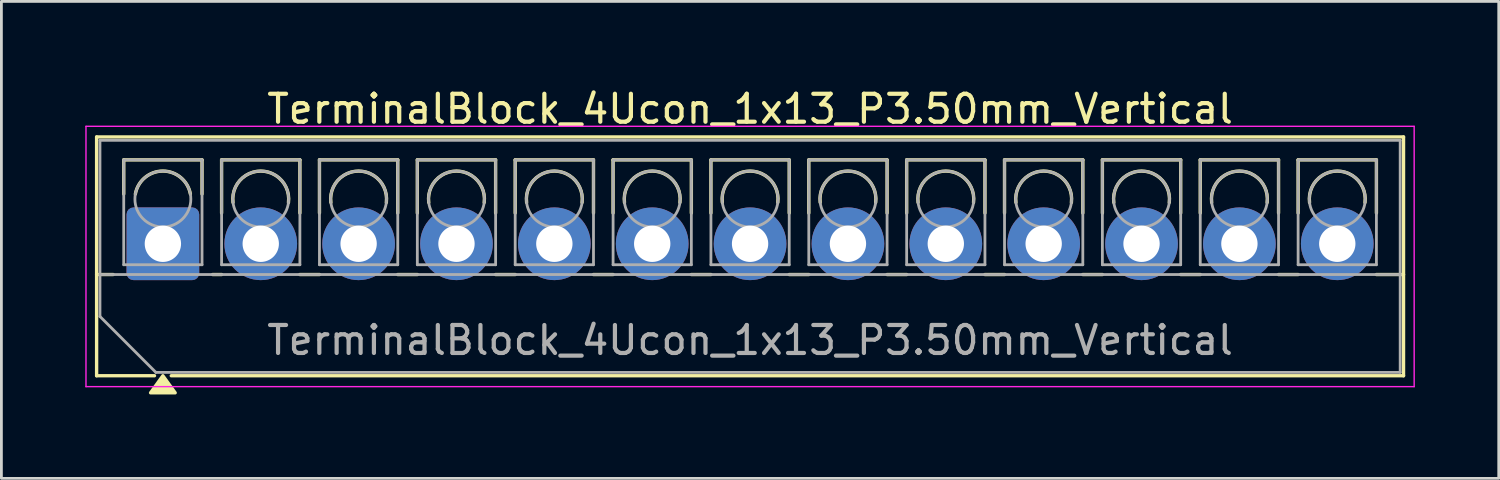
<source format=kicad_pcb>
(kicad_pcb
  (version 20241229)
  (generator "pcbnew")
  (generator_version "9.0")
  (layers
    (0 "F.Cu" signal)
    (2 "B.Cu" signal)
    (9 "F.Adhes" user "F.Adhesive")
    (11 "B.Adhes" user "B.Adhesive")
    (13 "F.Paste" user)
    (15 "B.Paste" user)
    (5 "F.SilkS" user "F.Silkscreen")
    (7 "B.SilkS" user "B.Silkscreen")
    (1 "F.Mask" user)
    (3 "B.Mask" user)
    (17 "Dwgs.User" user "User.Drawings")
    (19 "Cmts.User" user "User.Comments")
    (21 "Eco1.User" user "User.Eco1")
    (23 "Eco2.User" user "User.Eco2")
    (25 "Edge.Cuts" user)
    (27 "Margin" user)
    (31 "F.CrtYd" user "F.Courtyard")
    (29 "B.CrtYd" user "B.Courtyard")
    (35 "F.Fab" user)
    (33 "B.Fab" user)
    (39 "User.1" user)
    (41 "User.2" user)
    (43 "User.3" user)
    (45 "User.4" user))
  (footprint "TerminalBlock_4Ucon_1x13_P3.50mm_Vertical"
    (layer "F.Cu")
    (at 2.775 5.668)
    (property "Reference" "TerminalBlock_4Ucon_1x13_P3.50mm_Vertical" (at 21 -4.82 0) (layer "F.SilkS") (effects (font (size 1 1) (thickness 0.15))))
    (attr through_hole)
    (fp_line (start -2.37 -3.82) (end -2.37 4.72) (stroke (width 0.12) (type solid)) (layer "F.SilkS"))
    (fp_line (start -2.37 -3.82) (end 44.37 -3.82) (stroke (width 0.12) (type solid)) (layer "F.SilkS"))
    (fp_line (start -2.37 1.1) (end -1.78 1.1) (stroke (width 0.12) (type solid)) (layer "F.SilkS"))
    (fp_line (start -2.37 4.72) (end -0.3 4.72) (stroke (width 0.12) (type solid)) (layer "F.SilkS"))
    (fp_line (start -1.4 -3) (end -1.4 -1.78) (stroke (width 0.12) (type solid)) (layer "F.SilkS"))
    (fp_line (start -1.4 -3) (end 1.4 -3) (stroke (width 0.12) (type solid)) (layer "F.SilkS"))
    (fp_line (start 0.3 4.72) (end 44.37 4.72) (stroke (width 0.12) (type solid)) (layer "F.SilkS"))
    (fp_line (start 1.4 -3) (end 1.4 -1.78) (stroke (width 0.12) (type solid)) (layer "F.SilkS"))
    (fp_line (start 1.78 1.1) (end 2.101 1.1) (stroke (width 0.12) (type solid)) (layer "F.SilkS"))
    (fp_line (start 2.1 -3) (end 2.1 -1.099) (stroke (width 0.12) (type solid)) (layer "F.SilkS"))
    (fp_line (start 2.1 -3) (end 4.9 -3) (stroke (width 0.12) (type solid)) (layer "F.SilkS"))
    (fp_line (start 4.899 1.1) (end 5.601 1.1) (stroke (width 0.12) (type solid)) (layer "F.SilkS"))
    (fp_line (start 4.9 -3) (end 4.9 -1.099) (stroke (width 0.12) (type solid)) (layer "F.SilkS"))
    (fp_line (start 5.6 -3) (end 5.6 -1.099) (stroke (width 0.12) (type solid)) (layer "F.SilkS"))
    (fp_line (start 5.6 -3) (end 8.4 -3) (stroke (width 0.12) (type solid)) (layer "F.SilkS"))
    (fp_line (start 8.399 1.1) (end 9.101 1.1) (stroke (width 0.12) (type solid)) (layer "F.SilkS"))
    (fp_line (start 8.4 -3) (end 8.4 -1.099) (stroke (width 0.12) (type solid)) (layer "F.SilkS"))
    (fp_line (start 9.1 -3) (end 9.1 -1.099) (stroke (width 0.12) (type solid)) (layer "F.SilkS"))
    (fp_line (start 9.1 -3) (end 11.9 -3) (stroke (width 0.12) (type solid)) (layer "F.SilkS"))
    (fp_line (start 11.899 1.1) (end 12.601 1.1) (stroke (width 0.12) (type solid)) (layer "F.SilkS"))
    (fp_line (start 11.9 -3) (end 11.9 -1.099) (stroke (width 0.12) (type solid)) (layer "F.SilkS"))
    (fp_line (start 12.6 -3) (end 12.6 -1.099) (stroke (width 0.12) (type solid)) (layer "F.SilkS"))
    (fp_line (start 12.6 -3) (end 15.4 -3) (stroke (width 0.12) (type solid)) (layer "F.SilkS"))
    (fp_line (start 15.399 1.1) (end 16.101 1.1) (stroke (width 0.12) (type solid)) (layer "F.SilkS"))
    (fp_line (start 15.4 -3) (end 15.4 -1.099) (stroke (width 0.12) (type solid)) (layer "F.SilkS"))
    (fp_line (start 16.1 -3) (end 16.1 -1.099) (stroke (width 0.12) (type solid)) (layer "F.SilkS"))
    (fp_line (start 16.1 -3) (end 18.9 -3) (stroke (width 0.12) (type solid)) (layer "F.SilkS"))
    (fp_line (start 18.899 1.1) (end 19.601 1.1) (stroke (width 0.12) (type solid)) (layer "F.SilkS"))
    (fp_line (start 18.9 -3) (end 18.9 -1.099) (stroke (width 0.12) (type solid)) (layer "F.SilkS"))
    (fp_line (start 19.6 -3) (end 19.6 -1.099) (stroke (width 0.12) (type solid)) (layer "F.SilkS"))
    (fp_line (start 19.6 -3) (end 22.4 -3) (stroke (width 0.12) (type solid)) (layer "F.SilkS"))
    (fp_line (start 22.399 1.1) (end 23.101 1.1) (stroke (width 0.12) (type solid)) (layer "F.SilkS"))
    (fp_line (start 22.4 -3) (end 22.4 -1.099) (stroke (width 0.12) (type solid)) (layer "F.SilkS"))
    (fp_line (start 23.1 -3) (end 23.1 -1.099) (stroke (width 0.12) (type solid)) (layer "F.SilkS"))
    (fp_line (start 23.1 -3) (end 25.9 -3) (stroke (width 0.12) (type solid)) (layer "F.SilkS"))
    (fp_line (start 25.899 1.1) (end 26.601 1.1) (stroke (width 0.12) (type solid)) (layer "F.SilkS"))
    (fp_line (start 25.9 -3) (end 25.9 -1.099) (stroke (width 0.12) (type solid)) (layer "F.SilkS"))
    (fp_line (start 26.6 -3) (end 26.6 -1.099) (stroke (width 0.12) (type solid)) (layer "F.SilkS"))
    (fp_line (start 26.6 -3) (end 29.4 -3) (stroke (width 0.12) (type solid)) (layer "F.SilkS"))
    (fp_line (start 29.399 1.1) (end 30.101 1.1) (stroke (width 0.12) (type solid)) (layer "F.SilkS"))
    (fp_line (start 29.4 -3) (end 29.4 -1.099) (stroke (width 0.12) (type solid)) (layer "F.SilkS"))
    (fp_line (start 30.1 -3) (end 30.1 -1.099) (stroke (width 0.12) (type solid)) (layer "F.SilkS"))
    (fp_line (start 30.1 -3) (end 32.9 -3) (stroke (width 0.12) (type solid)) (layer "F.SilkS"))
    (fp_line (start 32.899 1.1) (end 33.601 1.1) (stroke (width 0.12) (type solid)) (layer "F.SilkS"))
    (fp_line (start 32.9 -3) (end 32.9 -1.099) (stroke (width 0.12) (type solid)) (layer "F.SilkS"))
    (fp_line (start 33.6 -3) (end 33.6 -1.099) (stroke (width 0.12) (type solid)) (layer "F.SilkS"))
    (fp_line (start 33.6 -3) (end 36.4 -3) (stroke (width 0.12) (type solid)) (layer "F.SilkS"))
    (fp_line (start 36.399 1.1) (end 37.101 1.1) (stroke (width 0.12) (type solid)) (layer "F.SilkS"))
    (fp_line (start 36.4 -3) (end 36.4 -1.099) (stroke (width 0.12) (type solid)) (layer "F.SilkS"))
    (fp_line (start 37.1 -3) (end 37.1 -1.099) (stroke (width 0.12) (type solid)) (layer "F.SilkS"))
    (fp_line (start 37.1 -3) (end 39.9 -3) (stroke (width 0.12) (type solid)) (layer "F.SilkS"))
    (fp_line (start 39.899 1.1) (end 40.601 1.1) (stroke (width 0.12) (type solid)) (layer "F.SilkS"))
    (fp_line (start 39.9 -3) (end 39.9 -1.099) (stroke (width 0.12) (type solid)) (layer "F.SilkS"))
    (fp_line (start 40.6 -3) (end 40.6 -1.099) (stroke (width 0.12) (type solid)) (layer "F.SilkS"))
    (fp_line (start 40.6 -3) (end 43.4 -3) (stroke (width 0.12) (type solid)) (layer "F.SilkS"))
    (fp_line (start 43.399 1.1) (end 44.37 1.1) (stroke (width 0.12) (type solid)) (layer "F.SilkS"))
    (fp_line (start 43.4 -3) (end 43.4 -1.099) (stroke (width 0.12) (type solid)) (layer "F.SilkS"))
    (fp_line (start 44.37 -3.82) (end 44.37 4.72) (stroke (width 0.12) (type solid)) (layer "F.SilkS"))
    (fp_arc (start -0.984 -1.78) (mid -0.00006 -2.600328) (end 0.983978 -1.780118) (stroke (width 0.12) (type solid)) (layer "F.SilkS"))
    (fp_arc (start 2.508 -1.478) (mid 3.500313 -2.599474) (end 4.491923 -1.477379) (stroke (width 0.12) (type solid)) (layer "F.SilkS"))
    (fp_arc (start 6.008 -1.478) (mid 7.000313 -2.599474) (end 7.991923 -1.477379) (stroke (width 0.12) (type solid)) (layer "F.SilkS"))
    (fp_arc (start 9.508 -1.478) (mid 10.500313 -2.599474) (end 11.491923 -1.477379) (stroke (width 0.12) (type solid)) (layer "F.SilkS"))
    (fp_arc (start 13.008 -1.478) (mid 14.000313 -2.599474) (end 14.991923 -1.477379) (stroke (width 0.12) (type solid)) (layer "F.SilkS"))
    (fp_arc (start 16.508 -1.478) (mid 17.500313 -2.599474) (end 18.491923 -1.477379) (stroke (width 0.12) (type solid)) (layer "F.SilkS"))
    (fp_arc (start 20.008 -1.478) (mid 21.000313 -2.599474) (end 21.991923 -1.477379) (stroke (width 0.12) (type solid)) (layer "F.SilkS"))
    (fp_arc (start 23.508 -1.478) (mid 24.500313 -2.599474) (end 25.491923 -1.477379) (stroke (width 0.12) (type solid)) (layer "F.SilkS"))
    (fp_arc (start 27.008 -1.478) (mid 28.000313 -2.599474) (end 28.991923 -1.477379) (stroke (width 0.12) (type solid)) (layer "F.SilkS"))
    (fp_arc (start 30.508 -1.478) (mid 31.500313 -2.599474) (end 32.491923 -1.477379) (stroke (width 0.12) (type solid)) (layer "F.SilkS"))
    (fp_arc (start 34.008 -1.478) (mid 35.000313 -2.599474) (end 35.991923 -1.477379) (stroke (width 0.12) (type solid)) (layer "F.SilkS"))
    (fp_arc (start 37.508 -1.478) (mid 38.500313 -2.599474) (end 39.491923 -1.477379) (stroke (width 0.12) (type solid)) (layer "F.SilkS"))
    (fp_arc (start 41.008 -1.478) (mid 42.000313 -2.599474) (end 42.991923 -1.477379) (stroke (width 0.12) (type solid)) (layer "F.SilkS"))
    (fp_poly (pts (xy 0 4.72) (xy 0.44 5.33) (xy -0.44 5.33)) (stroke (width 0.12) (type solid)) (fill yes) (layer "F.SilkS"))
    (fp_line (start -2.75 -4.2) (end -2.75 5.11) (stroke (width 0.05) (type solid)) (layer "F.CrtYd"))
    (fp_line (start -2.75 5.11) (end 44.75 5.11) (stroke (width 0.05) (type solid)) (layer "F.CrtYd"))
    (fp_line (start 44.75 -4.2) (end -2.75 -4.2) (stroke (width 0.05) (type solid)) (layer "F.CrtYd"))
    (fp_line (start 44.75 5.11) (end 44.75 -4.2) (stroke (width 0.05) (type solid)) (layer "F.CrtYd"))
    (fp_line (start -2.25 -3.7) (end 44.25 -3.7) (stroke (width 0.1) (type solid)) (layer "F.Fab"))
    (fp_line (start -2.25 1.1) (end 44.25 1.1) (stroke (width 0.1) (type solid)) (layer "F.Fab"))
    (fp_line (start -2.25 2.6) (end -2.25 -3.7) (stroke (width 0.1) (type solid)) (layer "F.Fab"))
    (fp_line (start -1.4 -3) (end -1.4 0.75) (stroke (width 0.1) (type solid)) (layer "F.Fab"))
    (fp_line (start -1.4 0.75) (end 1.4 0.75) (stroke (width 0.1) (type solid)) (layer "F.Fab"))
    (fp_line (start -0.25 4.6) (end -2.25 2.6) (stroke (width 0.1) (type solid)) (layer "F.Fab"))
    (fp_line (start 1.4 -3) (end -1.4 -3) (stroke (width 0.1) (type solid)) (layer "F.Fab"))
    (fp_line (start 1.4 0.75) (end 1.4 -3) (stroke (width 0.1) (type solid)) (layer "F.Fab"))
    (fp_line (start 2.1 -3) (end 2.1 0.75) (stroke (width 0.1) (type solid)) (layer "F.Fab"))
    (fp_line (start 2.1 0.75) (end 4.9 0.75) (stroke (width 0.1) (type solid)) (layer "F.Fab"))
    (fp_line (start 4.9 -3) (end 2.1 -3) (stroke (width 0.1) (type solid)) (layer "F.Fab"))
    (fp_line (start 4.9 0.75) (end 4.9 -3) (stroke (width 0.1) (type solid)) (layer "F.Fab"))
    (fp_line (start 5.6 -3) (end 5.6 0.75) (stroke (width 0.1) (type solid)) (layer "F.Fab"))
    (fp_line (start 5.6 0.75) (end 8.4 0.75) (stroke (width 0.1) (type solid)) (layer "F.Fab"))
    (fp_line (start 8.4 -3) (end 5.6 -3) (stroke (width 0.1) (type solid)) (layer "F.Fab"))
    (fp_line (start 8.4 0.75) (end 8.4 -3) (stroke (width 0.1) (type solid)) (layer "F.Fab"))
    (fp_line (start 9.1 -3) (end 9.1 0.75) (stroke (width 0.1) (type solid)) (layer "F.Fab"))
    (fp_line (start 9.1 0.75) (end 11.9 0.75) (stroke (width 0.1) (type solid)) (layer "F.Fab"))
    (fp_line (start 11.9 -3) (end 9.1 -3) (stroke (width 0.1) (type solid)) (layer "F.Fab"))
    (fp_line (start 11.9 0.75) (end 11.9 -3) (stroke (width 0.1) (type solid)) (layer "F.Fab"))
    (fp_line (start 12.6 -3) (end 12.6 0.75) (stroke (width 0.1) (type solid)) (layer "F.Fab"))
    (fp_line (start 12.6 0.75) (end 15.4 0.75) (stroke (width 0.1) (type solid)) (layer "F.Fab"))
    (fp_line (start 15.4 -3) (end 12.6 -3) (stroke (width 0.1) (type solid)) (layer "F.Fab"))
    (fp_line (start 15.4 0.75) (end 15.4 -3) (stroke (width 0.1) (type solid)) (layer "F.Fab"))
    (fp_line (start 16.101 -3) (end 16.101 0.75) (stroke (width 0.1) (type solid)) (layer "F.Fab"))
    (fp_line (start 16.101 0.75) (end 18.9 0.75) (stroke (width 0.1) (type solid)) (layer "F.Fab"))
    (fp_line (start 18.9 -3) (end 16.101 -3) (stroke (width 0.1) (type solid)) (layer "F.Fab"))
    (fp_line (start 18.9 0.75) (end 18.9 -3) (stroke (width 0.1) (type solid)) (layer "F.Fab"))
    (fp_line (start 19.6 -3) (end 19.6 0.75) (stroke (width 0.1) (type solid)) (layer "F.Fab"))
    (fp_line (start 19.6 0.75) (end 22.4 0.75) (stroke (width 0.1) (type solid)) (layer "F.Fab"))
    (fp_line (start 22.4 -3) (end 19.6 -3) (stroke (width 0.1) (type solid)) (layer "F.Fab"))
    (fp_line (start 22.4 0.75) (end 22.4 -3) (stroke (width 0.1) (type solid)) (layer "F.Fab"))
    (fp_line (start 23.1 -3) (end 23.1 0.75) (stroke (width 0.1) (type solid)) (layer "F.Fab"))
    (fp_line (start 23.1 0.75) (end 25.9 0.75) (stroke (width 0.1) (type solid)) (layer "F.Fab"))
    (fp_line (start 25.9 -3) (end 23.1 -3) (stroke (width 0.1) (type solid)) (layer "F.Fab"))
    (fp_line (start 25.9 0.75) (end 25.9 -3) (stroke (width 0.1) (type solid)) (layer "F.Fab"))
    (fp_line (start 26.6 -3) (end 26.6 0.75) (stroke (width 0.1) (type solid)) (layer "F.Fab"))
    (fp_line (start 26.6 0.75) (end 29.4 0.75) (stroke (width 0.1) (type solid)) (layer "F.Fab"))
    (fp_line (start 29.4 -3) (end 26.6 -3) (stroke (width 0.1) (type solid)) (layer "F.Fab"))
    (fp_line (start 29.4 0.75) (end 29.4 -3) (stroke (width 0.1) (type solid)) (layer "F.Fab"))
    (fp_line (start 30.1 -3) (end 30.1 0.75) (stroke (width 0.1) (type solid)) (layer "F.Fab"))
    (fp_line (start 30.1 0.75) (end 32.9 0.75) (stroke (width 0.1) (type solid)) (layer "F.Fab"))
    (fp_line (start 32.9 -3) (end 30.1 -3) (stroke (width 0.1) (type solid)) (layer "F.Fab"))
    (fp_line (start 32.9 0.75) (end 32.9 -3) (stroke (width 0.1) (type solid)) (layer "F.Fab"))
    (fp_line (start 33.6 -3) (end 33.6 0.75) (stroke (width 0.1) (type solid)) (layer "F.Fab"))
    (fp_line (start 33.6 0.75) (end 36.4 0.75) (stroke (width 0.1) (type solid)) (layer "F.Fab"))
    (fp_line (start 36.4 -3) (end 33.6 -3) (stroke (width 0.1) (type solid)) (layer "F.Fab"))
    (fp_line (start 36.4 0.75) (end 36.4 -3) (stroke (width 0.1) (type solid)) (layer "F.Fab"))
    (fp_line (start 37.1 -3) (end 37.1 0.75) (stroke (width 0.1) (type solid)) (layer "F.Fab"))
    (fp_line (start 37.1 0.75) (end 39.9 0.75) (stroke (width 0.1) (type solid)) (layer "F.Fab"))
    (fp_line (start 39.9 -3) (end 37.1 -3) (stroke (width 0.1) (type solid)) (layer "F.Fab"))
    (fp_line (start 39.9 0.75) (end 39.9 -3) (stroke (width 0.1) (type solid)) (layer "F.Fab"))
    (fp_line (start 40.6 -3) (end 40.6 0.75) (stroke (width 0.1) (type solid)) (layer "F.Fab"))
    (fp_line (start 40.6 0.75) (end 43.4 0.75) (stroke (width 0.1) (type solid)) (layer "F.Fab"))
    (fp_line (start 43.4 -3) (end 40.6 -3) (stroke (width 0.1) (type solid)) (layer "F.Fab"))
    (fp_line (start 43.4 0.75) (end 43.4 -3) (stroke (width 0.1) (type solid)) (layer "F.Fab"))
    (fp_line (start 44.25 -3.7) (end 44.25 4.6) (stroke (width 0.1) (type solid)) (layer "F.Fab"))
    (fp_line (start 44.25 4.6) (end -0.25 4.6) (stroke (width 0.1) (type solid)) (layer "F.Fab"))
    (fp_circle (center 0 -1.6) (end 1 -1.6) (stroke (width 0.1) (type solid)) (fill no) (layer "F.Fab"))
    (fp_circle (center 3.5 -1.6) (end 4.5 -1.6) (stroke (width 0.1) (type solid)) (fill no) (layer "F.Fab"))
    (fp_circle (center 7 -1.6) (end 8 -1.6) (stroke (width 0.1) (type solid)) (fill no) (layer "F.Fab"))
    (fp_circle (center 10.5 -1.6) (end 11.5 -1.6) (stroke (width 0.1) (type solid)) (fill no) (layer "F.Fab"))
    (fp_circle (center 14 -1.6) (end 15 -1.6) (stroke (width 0.1) (type solid)) (fill no) (layer "F.Fab"))
    (fp_circle (center 17.5 -1.6) (end 18.5 -1.6) (stroke (width 0.1) (type solid)) (fill no) (layer "F.Fab"))
    (fp_circle (center 21 -1.6) (end 22 -1.6) (stroke (width 0.1) (type solid)) (fill no) (layer "F.Fab"))
    (fp_circle (center 24.5 -1.6) (end 25.5 -1.6) (stroke (width 0.1) (type solid)) (fill no) (layer "F.Fab"))
    (fp_circle (center 28 -1.6) (end 29 -1.6) (stroke (width 0.1) (type solid)) (fill no) (layer "F.Fab"))
    (fp_circle (center 31.5 -1.6) (end 32.5 -1.6) (stroke (width 0.1) (type solid)) (fill no) (layer "F.Fab"))
    (fp_circle (center 35 -1.6) (end 36 -1.6) (stroke (width 0.1) (type solid)) (fill no) (layer "F.Fab"))
    (fp_circle (center 38.5 -1.6) (end 39.5 -1.6) (stroke (width 0.1) (type solid)) (fill no) (layer "F.Fab"))
    (fp_circle (center 42 -1.6) (end 43 -1.6) (stroke (width 0.1) (type solid)) (fill no) (layer "F.Fab"))
    (fp_text user "${REFERENCE}" (at 21 3.45 0) (layer "F.Fab") (effects (font (size 1 1) (thickness 0.15))))
    (pad "1" thru_hole roundrect (at 0 0) (size 2.6 2.6) (drill 1.3) (layers "*.Cu" "*.Mask") (roundrect_rratio 0.096))
    (pad "2" thru_hole circle (at 3.5 0) (size 2.6 2.6) (drill 1.3) (layers "*.Cu" "*.Mask"))
    (pad "3" thru_hole circle (at 7 0) (size 2.6 2.6) (drill 1.3) (layers "*.Cu" "*.Mask"))
    (pad "4" thru_hole circle (at 10.5 0) (size 2.6 2.6) (drill 1.3) (layers "*.Cu" "*.Mask"))
    (pad "5" thru_hole circle (at 14 0) (size 2.6 2.6) (drill 1.3) (layers "*.Cu" "*.Mask"))
    (pad "6" thru_hole circle (at 17.5 0) (size 2.6 2.6) (drill 1.3) (layers "*.Cu" "*.Mask"))
    (pad "7" thru_hole circle (at 21 0) (size 2.6 2.6) (drill 1.3) (layers "*.Cu" "*.Mask"))
    (pad "8" thru_hole circle (at 24.5 0) (size 2.6 2.6) (drill 1.3) (layers "*.Cu" "*.Mask"))
    (pad "9" thru_hole circle (at 28 0) (size 2.6 2.6) (drill 1.3) (layers "*.Cu" "*.Mask"))
    (pad "10" thru_hole circle (at 31.5 0) (size 2.6 2.6) (drill 1.3) (layers "*.Cu" "*.Mask"))
    (pad "11" thru_hole circle (at 35 0) (size 2.6 2.6) (drill 1.3) (layers "*.Cu" "*.Mask"))
    (pad "12" thru_hole circle (at 38.5 0) (size 2.6 2.6) (drill 1.3) (layers "*.Cu" "*.Mask"))
    (pad "13" thru_hole circle (at 42 0) (size 2.6 2.6) (drill 1.3) (layers "*.Cu" "*.Mask")))
  (gr_rect
    (start -3 -3)
    (end 50.55 14.058)
    (stroke (width 0.1) (type default))
    (fill no)
    (layer "Edge.Cuts")))
</source>
